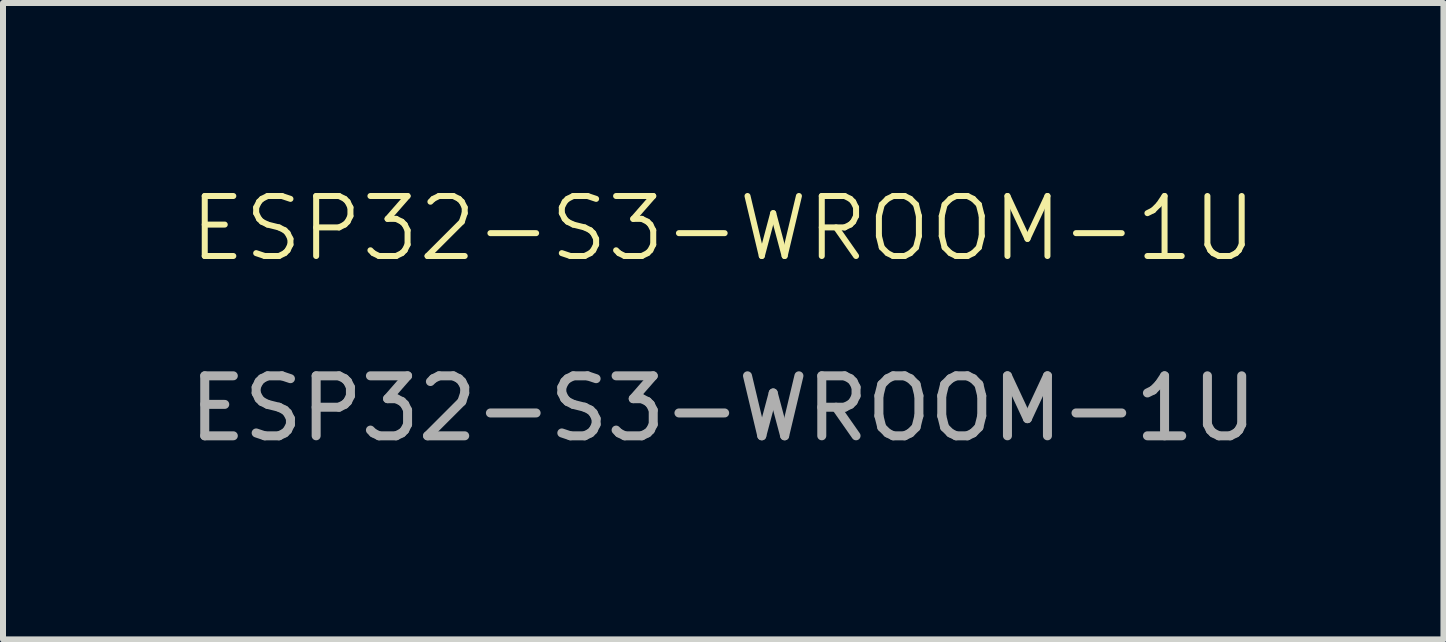
<source format=kicad_pcb>
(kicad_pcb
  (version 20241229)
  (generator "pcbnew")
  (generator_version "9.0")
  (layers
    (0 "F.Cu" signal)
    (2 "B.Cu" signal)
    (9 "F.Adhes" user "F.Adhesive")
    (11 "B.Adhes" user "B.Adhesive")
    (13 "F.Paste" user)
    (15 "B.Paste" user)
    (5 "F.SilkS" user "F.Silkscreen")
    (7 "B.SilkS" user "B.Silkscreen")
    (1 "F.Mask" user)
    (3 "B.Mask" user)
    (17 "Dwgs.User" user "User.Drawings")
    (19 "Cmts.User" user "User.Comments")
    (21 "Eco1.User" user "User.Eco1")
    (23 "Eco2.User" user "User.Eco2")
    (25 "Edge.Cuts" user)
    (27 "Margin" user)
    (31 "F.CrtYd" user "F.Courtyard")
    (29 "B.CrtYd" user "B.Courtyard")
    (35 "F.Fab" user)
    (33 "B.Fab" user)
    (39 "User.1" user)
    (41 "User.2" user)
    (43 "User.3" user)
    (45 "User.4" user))
  (footprint "ESP32-S3-WROOM-1U"
    (layer "F.Cu")
    (at 9.006 1.26)
    (property "Reference" "ESP32-S3-WROOM-1U" (at 0 -0.5 0) (unlocked yes) (layer "F.SilkS") (effects (font (size 1 1) (thickness 0.1))))
    (attr smd)
    (fp_text user "${REFERENCE}" (at 0 2.5 0) (unlocked yes) (layer "F.Fab") (effects (font (size 1 1) (thickness 0.15)))))
  (gr_rect
    (start -3 -3)
    (end 21.012 7.609)
    (stroke (width 0.1) (type default))
    (fill no)
    (layer "Edge.Cuts")))
</source>
